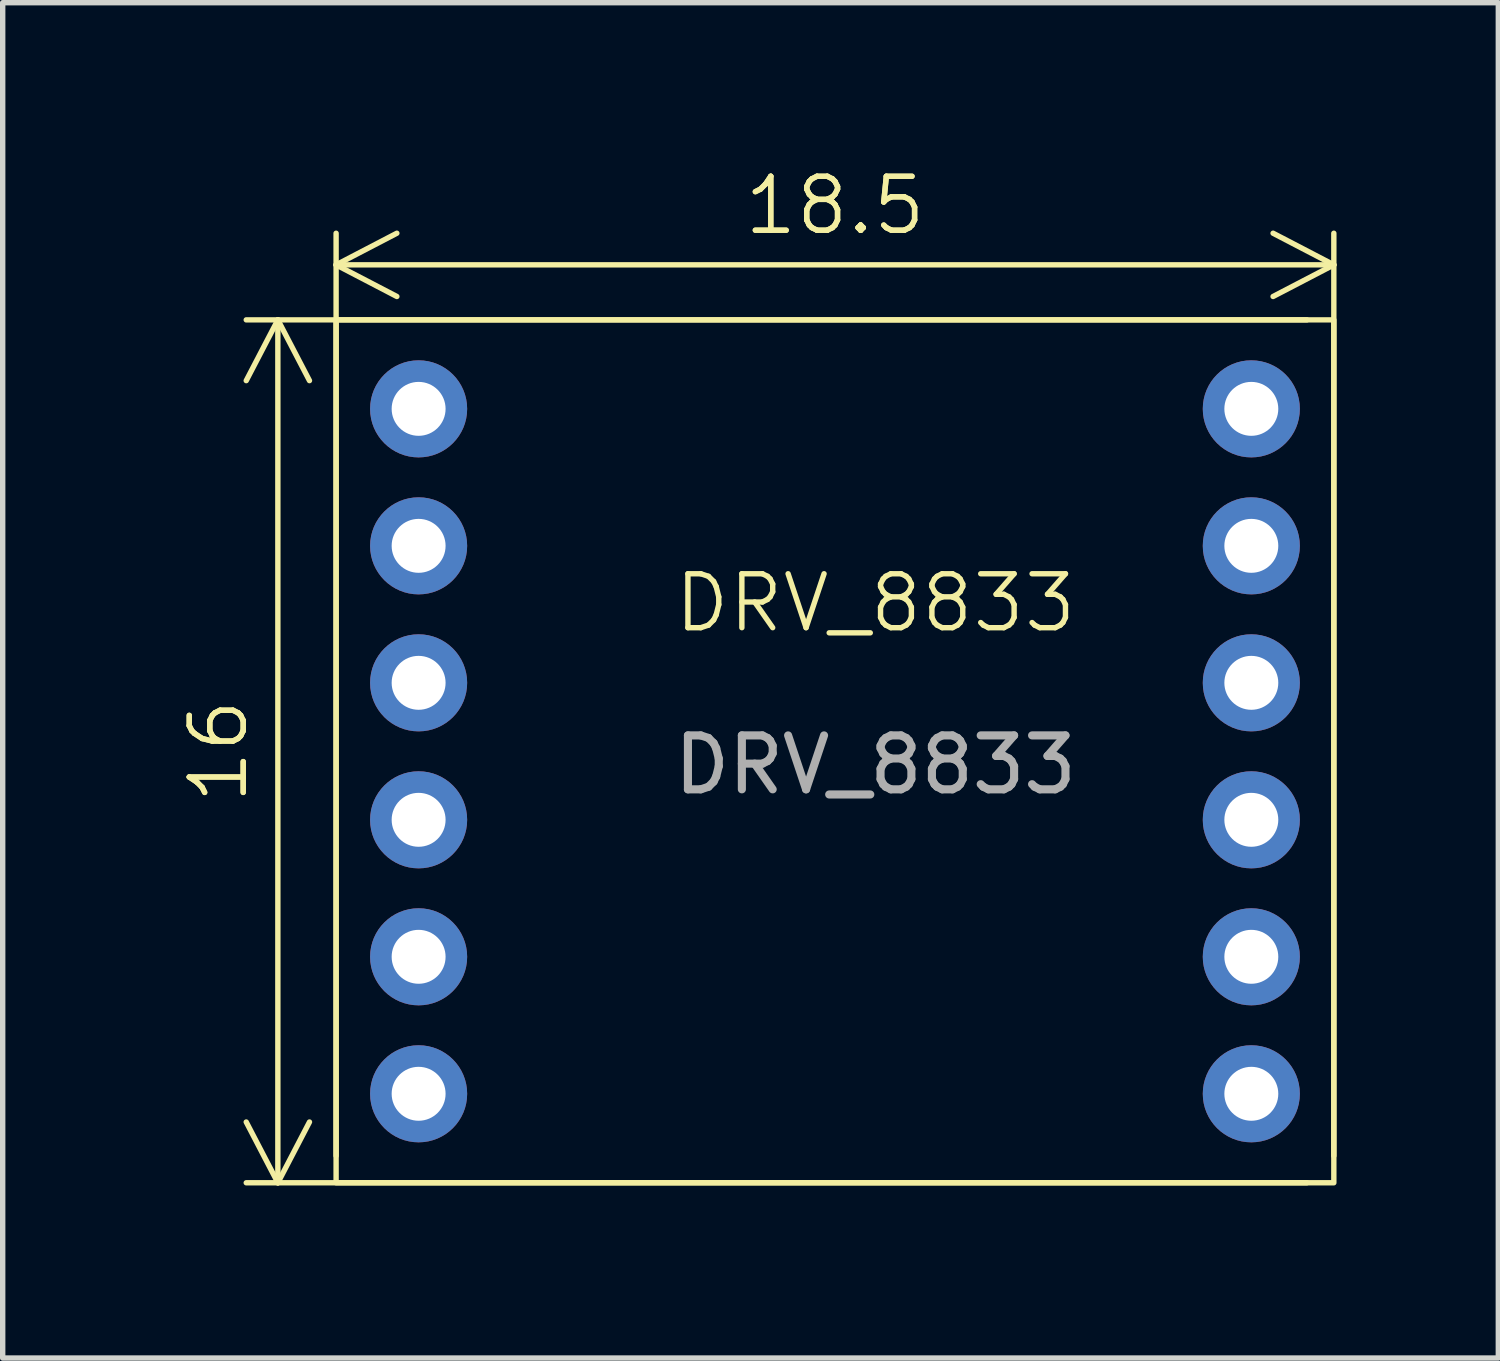
<source format=kicad_pcb>
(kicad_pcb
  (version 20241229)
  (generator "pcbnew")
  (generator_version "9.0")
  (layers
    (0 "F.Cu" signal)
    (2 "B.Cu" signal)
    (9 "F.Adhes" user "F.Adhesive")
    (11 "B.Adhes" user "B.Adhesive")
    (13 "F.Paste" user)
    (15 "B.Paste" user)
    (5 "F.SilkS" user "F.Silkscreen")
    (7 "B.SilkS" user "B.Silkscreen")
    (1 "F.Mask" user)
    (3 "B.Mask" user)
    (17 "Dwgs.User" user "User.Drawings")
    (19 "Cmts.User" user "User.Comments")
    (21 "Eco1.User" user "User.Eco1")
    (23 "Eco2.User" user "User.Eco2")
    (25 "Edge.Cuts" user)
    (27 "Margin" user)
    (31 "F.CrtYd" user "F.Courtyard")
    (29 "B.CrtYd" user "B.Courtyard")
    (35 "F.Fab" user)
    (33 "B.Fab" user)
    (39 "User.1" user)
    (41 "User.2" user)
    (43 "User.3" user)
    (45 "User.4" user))
  (footprint "DRV_8833"
    (layer "F.Cu")
    (at 3.182 18.881)
    (property "Reference" "DRV_8833" (at 10 -10.75 0) (unlocked yes) (layer "F.SilkS") (effects (font (size 1 1) (thickness 0.1))))
    (attr smd)
    (fp_rect (start 0 -16) (end 18.5 0) (stroke (width 0.1) (type default)) (fill no) (layer "F.SilkS"))
    (fp_text user "${REFERENCE}" (at 10 -7.75 0) (unlocked yes) (layer "F.Fab") (effects (font (size 1 1) (thickness 0.15))))
    (dimension (type orthogonal) (layer "F.SilkS") (pts (xy 21.682 2.881) (xy 21.682 18.881)) (height -19.58) (orientation 1) (format (prefix "") (suffix "") (units 3) (units_format 0) (precision 4) (suppress_zeroes yes)) (style (thickness 0.1) (arrow_length 1.27) (text_position_mode 0) (arrow_direction outward) (extension_height 0.586) (extension_offset 0.5) (keep_text_aligned yes)) (gr_text "16" (at 1.002 10.88 90) (layer "F.SilkS") (effects (font (size 1 1) (thickness 0.1)))))
    (dimension (type orthogonal) (layer "F.SilkS") (pts (xy 21.682 18.881) (xy 3.182 18.881)) (height -17.02) (orientation 0) (format (prefix "") (suffix "") (units 3) (units_format 0) (precision 4) (suppress_zeroes yes)) (style (thickness 0.1) (arrow_length 1.27) (text_position_mode 0) (arrow_direction outward) (extension_height 0.586) (extension_offset 0.5) (keep_text_aligned yes)) (gr_text "18.5" (at 12.432 0.76 0) (layer "F.SilkS") (effects (font (size 1 1) (thickness 0.1)))))
    (pad "1" thru_hole circle (at 1.53 -14.35) (size 1.8 1.8) (drill 1) (layers "*.Cu" "*.Mask"))
    (pad "2" thru_hole circle (at 1.53 -11.81) (size 1.8 1.8) (drill 1) (layers "*.Cu" "*.Mask"))
    (pad "3" thru_hole circle (at 1.53 -9.27) (size 1.8 1.8) (drill 1) (layers "*.Cu" "*.Mask"))
    (pad "4" thru_hole circle (at 1.53 -6.73) (size 1.8 1.8) (drill 1) (layers "*.Cu" "*.Mask"))
    (pad "5" thru_hole circle (at 1.53 -4.19) (size 1.8 1.8) (drill 1) (layers "*.Cu" "*.Mask"))
    (pad "6" thru_hole circle (at 1.53 -1.65) (size 1.8 1.8) (drill 1) (layers "*.Cu" "*.Mask"))
    (pad "7" thru_hole circle (at 16.97 -14.35) (size 1.8 1.8) (drill 1) (layers "*.Cu" "*.Mask"))
    (pad "8" thru_hole circle (at 16.97 -11.81) (size 1.8 1.8) (drill 1) (layers "*.Cu" "*.Mask"))
    (pad "9" thru_hole circle (at 16.97 -9.27) (size 1.8 1.8) (drill 1) (layers "*.Cu" "*.Mask"))
    (pad "10" thru_hole circle (at 16.97 -6.73) (size 1.8 1.8) (drill 1) (layers "*.Cu" "*.Mask"))
    (pad "11" thru_hole circle (at 16.97 -4.19) (size 1.8 1.8) (drill 1) (layers "*.Cu" "*.Mask"))
    (pad "12" thru_hole circle (at 16.97 -1.65) (size 1.8 1.8) (drill 1) (layers "*.Cu" "*.Mask")))
  (gr_rect
    (start -3 -3)
    (end 24.732 22.131)
    (stroke (width 0.1) (type default))
    (fill no)
    (layer "Edge.Cuts")))
</source>
